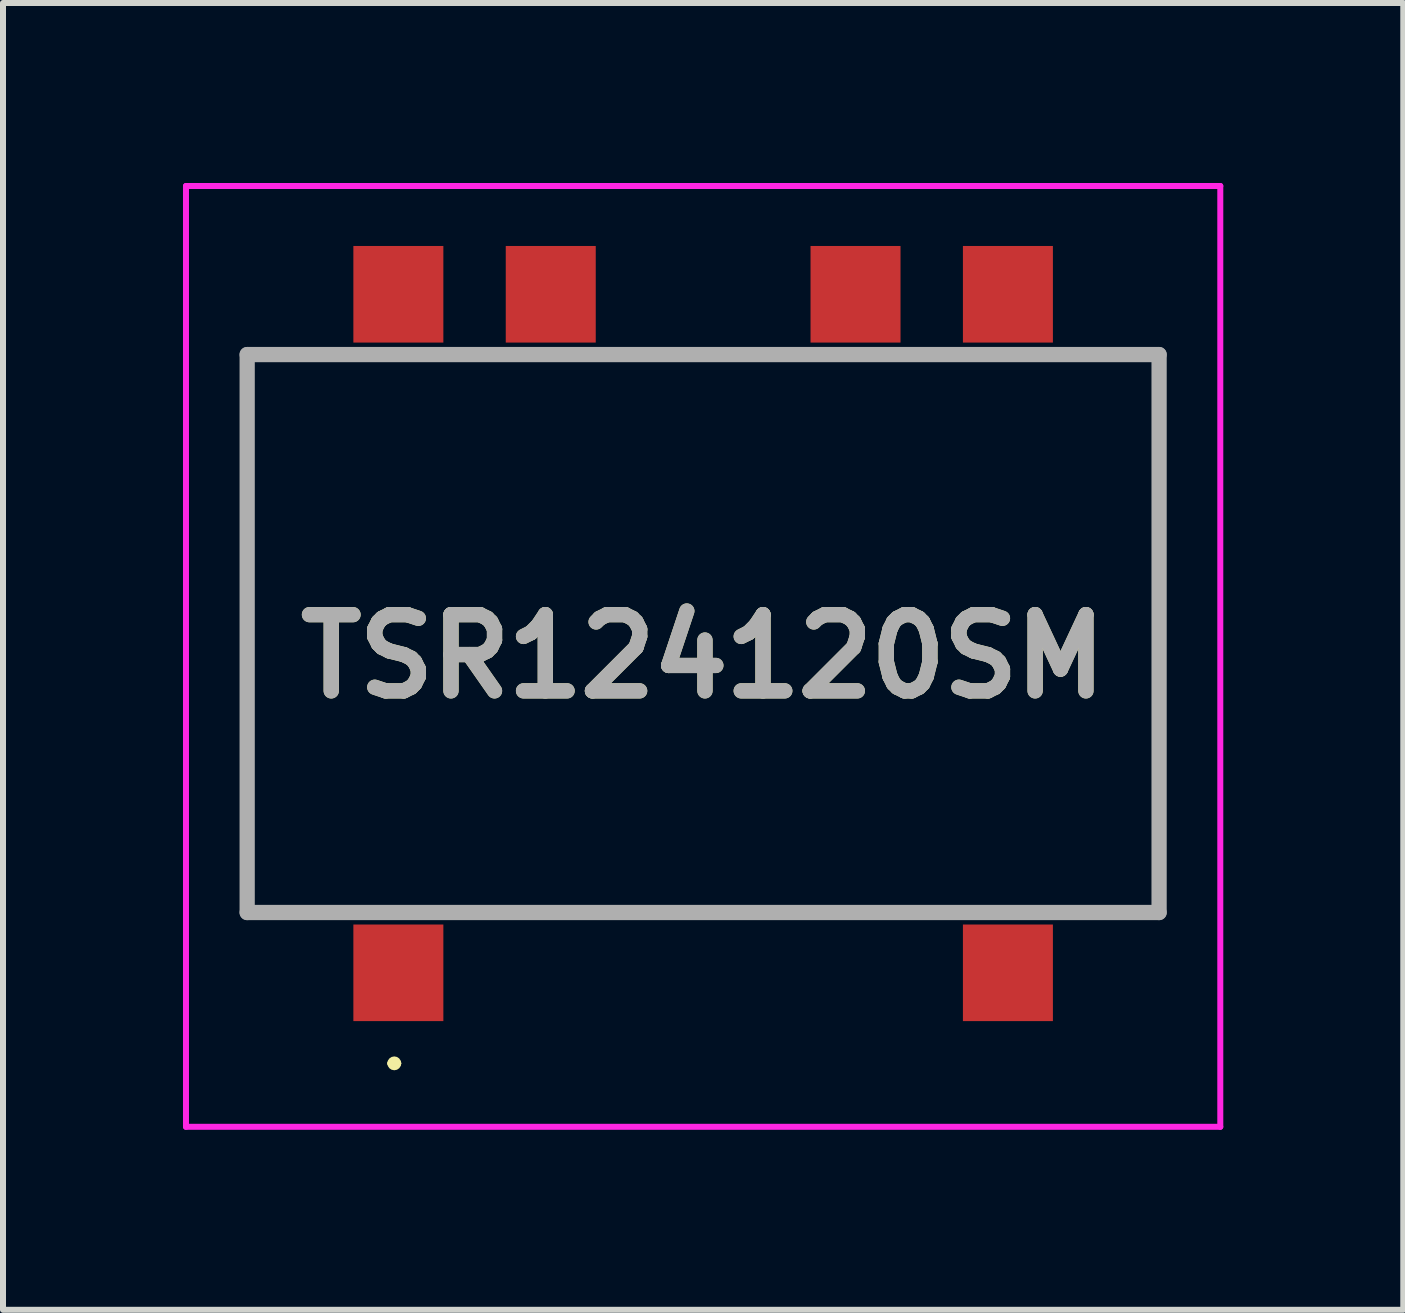
<source format=kicad_pcb>
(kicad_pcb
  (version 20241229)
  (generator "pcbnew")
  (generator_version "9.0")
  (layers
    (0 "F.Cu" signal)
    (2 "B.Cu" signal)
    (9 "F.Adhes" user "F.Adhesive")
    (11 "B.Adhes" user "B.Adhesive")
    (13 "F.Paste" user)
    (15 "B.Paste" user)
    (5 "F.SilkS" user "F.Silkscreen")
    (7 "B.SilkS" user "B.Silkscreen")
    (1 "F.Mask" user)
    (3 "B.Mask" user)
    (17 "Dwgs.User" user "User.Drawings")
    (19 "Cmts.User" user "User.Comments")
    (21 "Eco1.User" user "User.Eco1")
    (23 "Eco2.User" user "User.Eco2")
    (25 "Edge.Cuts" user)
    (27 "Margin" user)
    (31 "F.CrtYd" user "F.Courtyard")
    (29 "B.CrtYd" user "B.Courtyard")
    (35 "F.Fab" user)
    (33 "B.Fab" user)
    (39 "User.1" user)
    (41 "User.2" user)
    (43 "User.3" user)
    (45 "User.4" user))
  (footprint "TSR124120SM"
    (layer "F.Cu")
    (at 8.67 7.51)
    (property "Reference" "TSR124120SM" (at 0 0.381 0) (layer "F.SilkS") (effects (font (size 1.27 1.27) (thickness 0.254))))
    (attr smd)
    (fp_line (start -7.62 -4.65) (end 7.62 -4.65) (stroke (width 0.1) (type solid)) (layer "F.SilkS"))
    (fp_line (start -7.62 4.65) (end -7.62 -4.65) (stroke (width 0.1) (type solid)) (layer "F.SilkS"))
    (fp_line (start -5.206 7.164) (end -5.206 7.164) (stroke (width 0.115) (type solid)) (layer "F.SilkS"))
    (fp_line (start -5.09 7.164) (end -5.09 7.164) (stroke (width 0.115) (type solid)) (layer "F.SilkS"))
    (fp_line (start 7.62 -4.65) (end 7.62 4.65) (stroke (width 0.1) (type solid)) (layer "F.SilkS"))
    (fp_line (start 7.62 4.65) (end -7.62 4.65) (stroke (width 0.1) (type solid)) (layer "F.SilkS"))
    (fp_arc (start -5.206 7.164) (mid -5.148 7.106) (end -5.09 7.164) (stroke (width 0.11512) (type solid)) (layer "F.SilkS"))
    (fp_arc (start -5.09 7.164) (mid -5.148 7.222) (end -5.206 7.164) (stroke (width 0.11512) (type solid)) (layer "F.SilkS"))
    (fp_line (start -8.62 -7.46) (end 8.62 -7.46) (stroke (width 0.1) (type solid)) (layer "F.CrtYd"))
    (fp_line (start -8.62 8.222) (end -8.62 -7.46) (stroke (width 0.1) (type solid)) (layer "F.CrtYd"))
    (fp_line (start 8.62 -7.46) (end 8.62 8.222) (stroke (width 0.1) (type solid)) (layer "F.CrtYd"))
    (fp_line (start 8.62 8.222) (end -8.62 8.222) (stroke (width 0.1) (type solid)) (layer "F.CrtYd"))
    (fp_line (start -7.6 -4.65) (end 7.6 -4.65) (stroke (width 0.254) (type solid)) (layer "F.Fab"))
    (fp_line (start -7.6 4.65) (end -7.6 -4.65) (stroke (width 0.254) (type solid)) (layer "F.Fab"))
    (fp_line (start 7.6 -4.65) (end 7.6 4.65) (stroke (width 0.254) (type solid)) (layer "F.Fab"))
    (fp_line (start 7.6 4.65) (end -7.6 4.65) (stroke (width 0.254) (type solid)) (layer "F.Fab"))
    (fp_text user "${REFERENCE}" (at 0 0.381 0) (layer "F.Fab") (effects (font (size 1.27 1.27) (thickness 0.254))))
    (pad "1" smd rect (at -5.08 5.655) (size 1.5 1.61) (layers "F.Cu" "F.Mask" "F.Paste"))
    (pad "5" smd rect (at 5.08 5.655) (size 1.5 1.61) (layers "F.Cu" "F.Mask" "F.Paste"))
    (pad "6" smd rect (at 5.08 -5.655) (size 1.5 1.61) (layers "F.Cu" "F.Mask" "F.Paste"))
    (pad "7" smd rect (at 2.54 -5.655) (size 1.5 1.61) (layers "F.Cu" "F.Mask" "F.Paste"))
    (pad "9" smd rect (at -2.54 -5.655) (size 1.5 1.61) (layers "F.Cu" "F.Mask" "F.Paste"))
    (pad "10" smd rect (at -5.08 -5.655) (size 1.5 1.61) (layers "F.Cu" "F.Mask" "F.Paste")))
  (gr_rect
    (start -3 -3)
    (end 20.34 18.782)
    (stroke (width 0.1) (type default))
    (fill no)
    (layer "Edge.Cuts")))
</source>
